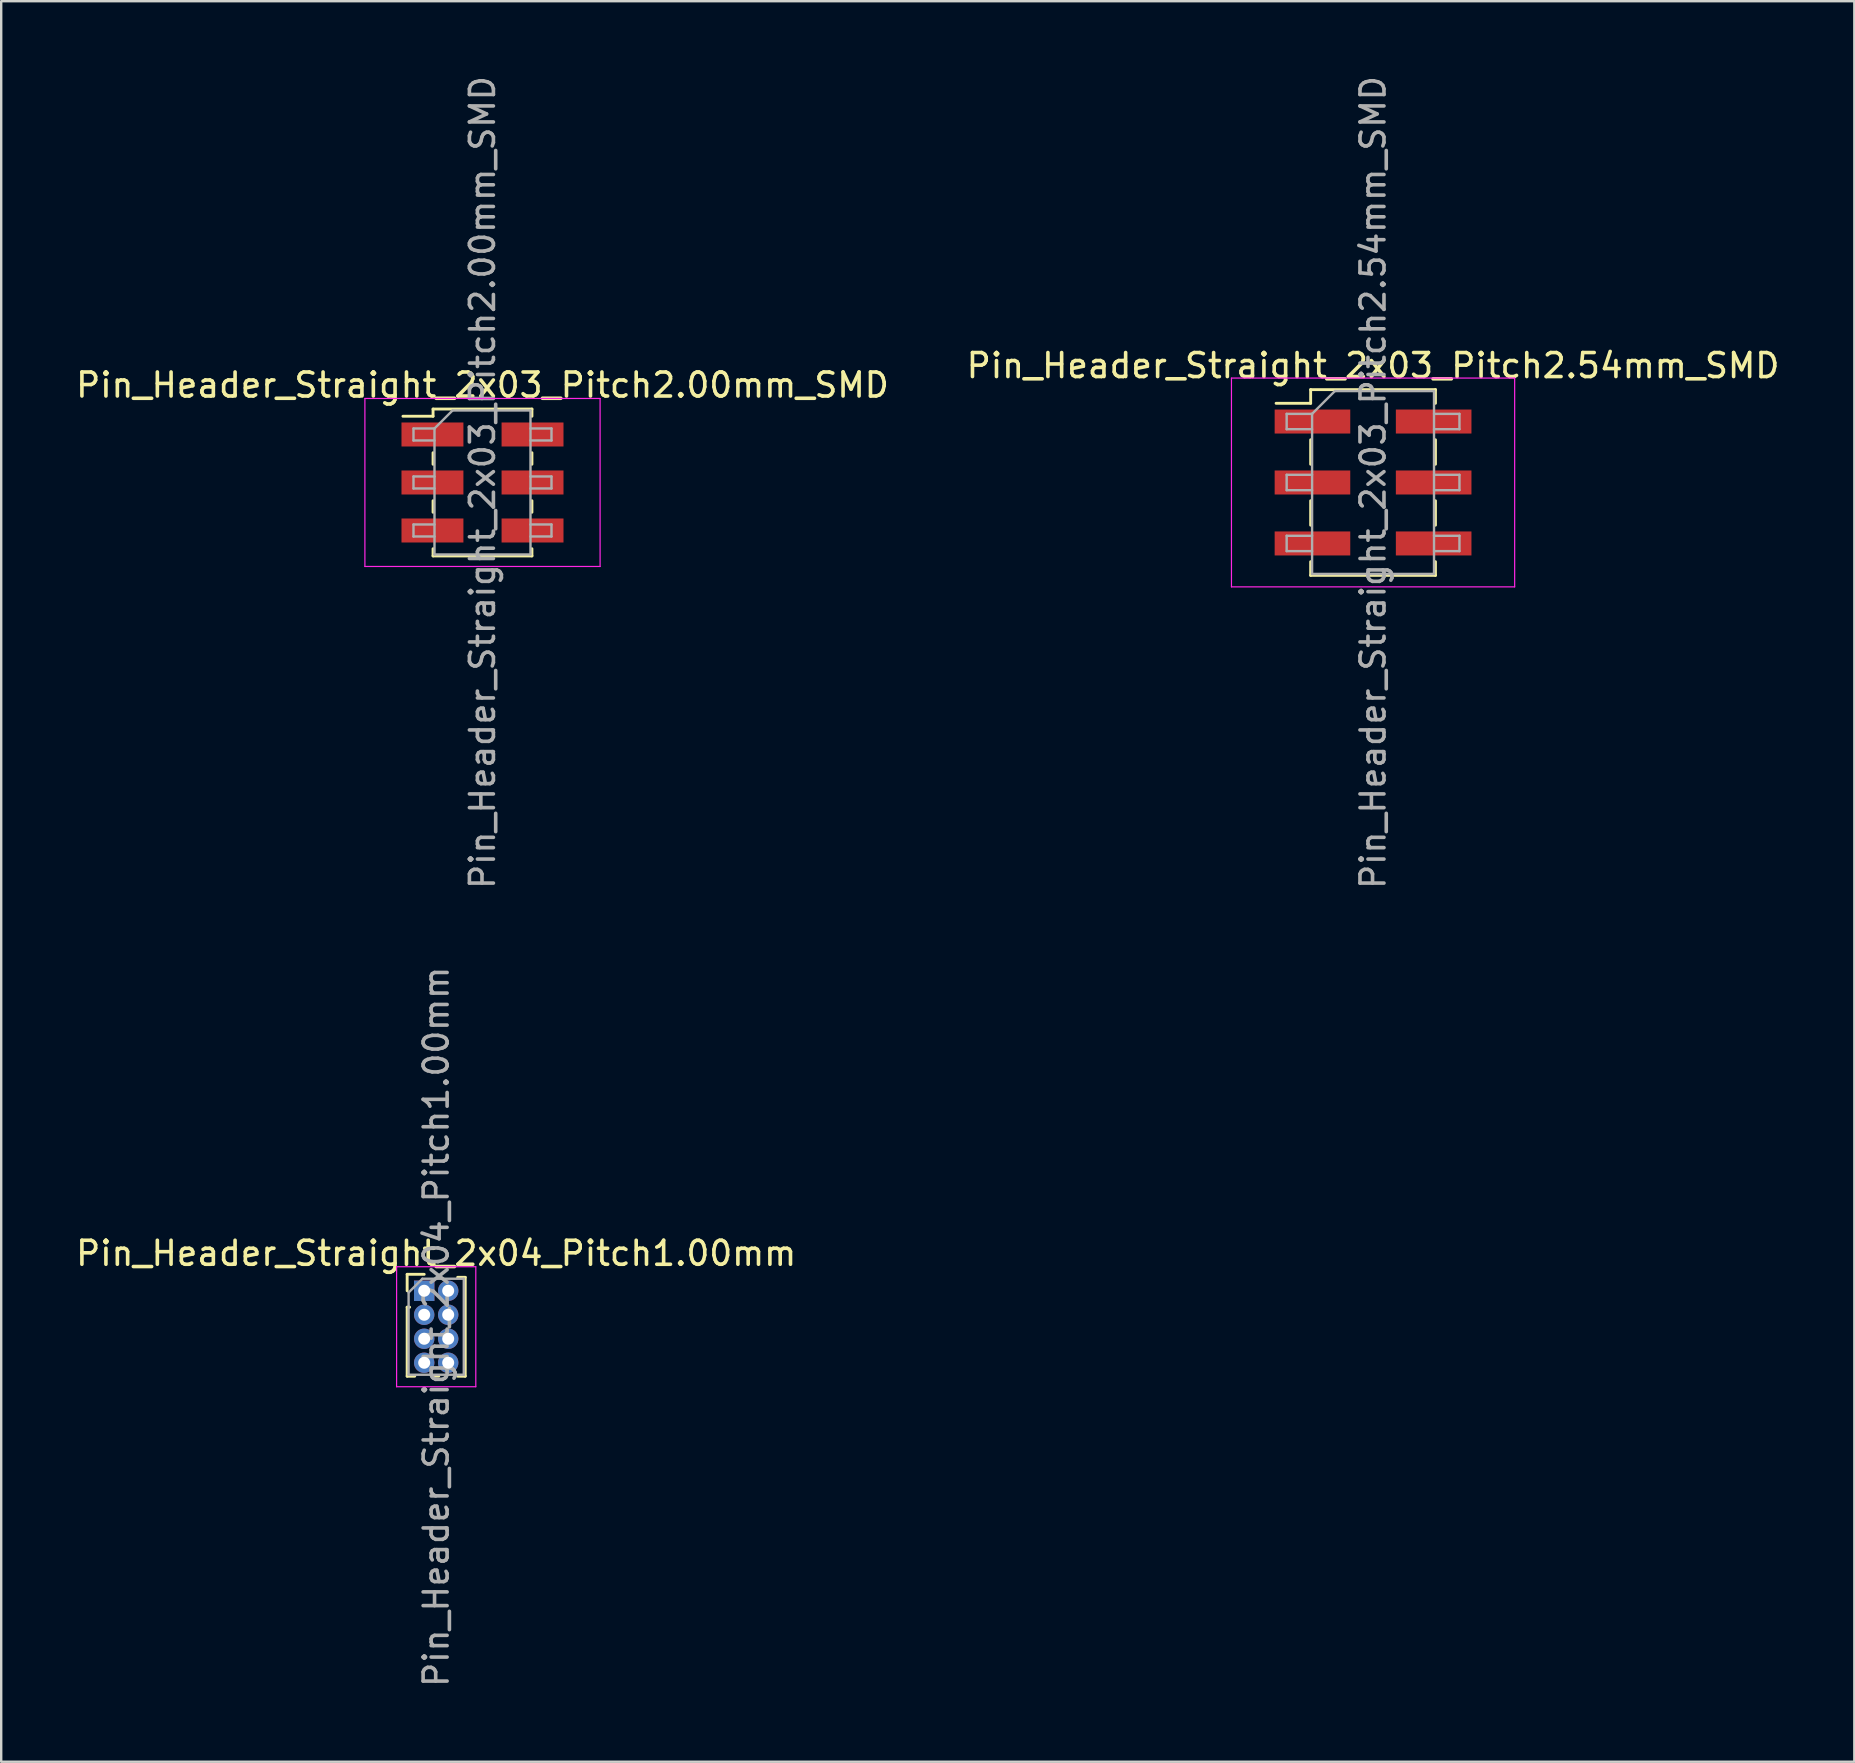
<source format=kicad_pcb>
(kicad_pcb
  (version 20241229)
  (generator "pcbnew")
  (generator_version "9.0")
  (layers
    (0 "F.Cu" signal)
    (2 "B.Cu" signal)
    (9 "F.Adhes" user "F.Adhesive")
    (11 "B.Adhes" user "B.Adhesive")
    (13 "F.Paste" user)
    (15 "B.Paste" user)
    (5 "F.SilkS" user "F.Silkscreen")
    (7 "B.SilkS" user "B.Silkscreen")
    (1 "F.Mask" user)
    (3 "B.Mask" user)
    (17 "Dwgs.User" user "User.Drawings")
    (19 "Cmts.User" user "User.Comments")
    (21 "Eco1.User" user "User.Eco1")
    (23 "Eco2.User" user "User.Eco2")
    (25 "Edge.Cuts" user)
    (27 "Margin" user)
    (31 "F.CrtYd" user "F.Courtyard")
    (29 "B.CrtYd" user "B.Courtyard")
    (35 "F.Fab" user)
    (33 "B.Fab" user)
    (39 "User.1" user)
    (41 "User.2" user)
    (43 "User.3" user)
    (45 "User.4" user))
  (footprint "Pin_Header_Straight_2x03_Pitch2.00mm_SMD"
    (layer "F.Cu")
    (at 17.054 17.054)
    (property "Reference" "Pin_Header_Straight_2x03_Pitch2.00mm_SMD" (at 0 -4.06 0) (layer "F.SilkS") (effects (font (size 1 1) (thickness 0.15))))
    (attr smd)
    (fp_line (start -3.315 -2.76) (end -2.06 -2.76) (stroke (width 0.12) (type solid)) (layer "F.SilkS"))
    (fp_line (start -2.06 -3.06) (end -2.06 -2.76) (stroke (width 0.12) (type solid)) (layer "F.SilkS"))
    (fp_line (start -2.06 -3.06) (end 2.06 -3.06) (stroke (width 0.12) (type solid)) (layer "F.SilkS"))
    (fp_line (start -2.06 -1.24) (end -2.06 -0.76) (stroke (width 0.12) (type solid)) (layer "F.SilkS"))
    (fp_line (start -2.06 0.76) (end -2.06 1.24) (stroke (width 0.12) (type solid)) (layer "F.SilkS"))
    (fp_line (start -2.06 2.76) (end -2.06 3.06) (stroke (width 0.12) (type solid)) (layer "F.SilkS"))
    (fp_line (start -2.06 3.06) (end 2.06 3.06) (stroke (width 0.12) (type solid)) (layer "F.SilkS"))
    (fp_line (start 2.06 -3.06) (end 2.06 -2.76) (stroke (width 0.12) (type solid)) (layer "F.SilkS"))
    (fp_line (start 2.06 -1.24) (end 2.06 -0.76) (stroke (width 0.12) (type solid)) (layer "F.SilkS"))
    (fp_line (start 2.06 0.76) (end 2.06 1.24) (stroke (width 0.12) (type solid)) (layer "F.SilkS"))
    (fp_line (start 2.06 2.76) (end 2.06 3.06) (stroke (width 0.12) (type solid)) (layer "F.SilkS"))
    (fp_line (start -4.9 -3.5) (end -4.9 3.5) (stroke (width 0.05) (type solid)) (layer "F.CrtYd"))
    (fp_line (start -4.9 3.5) (end 4.9 3.5) (stroke (width 0.05) (type solid)) (layer "F.CrtYd"))
    (fp_line (start 4.9 -3.5) (end -4.9 -3.5) (stroke (width 0.05) (type solid)) (layer "F.CrtYd"))
    (fp_line (start 4.9 3.5) (end 4.9 -3.5) (stroke (width 0.05) (type solid)) (layer "F.CrtYd"))
    (fp_line (start -2.875 -2.25) (end -2.875 -1.75) (stroke (width 0.1) (type solid)) (layer "F.Fab"))
    (fp_line (start -2.875 -1.75) (end -2 -1.75) (stroke (width 0.1) (type solid)) (layer "F.Fab"))
    (fp_line (start -2.875 -0.25) (end -2.875 0.25) (stroke (width 0.1) (type solid)) (layer "F.Fab"))
    (fp_line (start -2.875 0.25) (end -2 0.25) (stroke (width 0.1) (type solid)) (layer "F.Fab"))
    (fp_line (start -2.875 1.75) (end -2.875 2.25) (stroke (width 0.1) (type solid)) (layer "F.Fab"))
    (fp_line (start -2.875 2.25) (end -2 2.25) (stroke (width 0.1) (type solid)) (layer "F.Fab"))
    (fp_line (start -2 -2.25) (end -2.875 -2.25) (stroke (width 0.1) (type solid)) (layer "F.Fab"))
    (fp_line (start -2 -2.25) (end -1.25 -3) (stroke (width 0.1) (type solid)) (layer "F.Fab"))
    (fp_line (start -2 -0.25) (end -2.875 -0.25) (stroke (width 0.1) (type solid)) (layer "F.Fab"))
    (fp_line (start -2 1.75) (end -2.875 1.75) (stroke (width 0.1) (type solid)) (layer "F.Fab"))
    (fp_line (start -2 3) (end -2 -2.25) (stroke (width 0.1) (type solid)) (layer "F.Fab"))
    (fp_line (start -1.25 -3) (end 2 -3) (stroke (width 0.1) (type solid)) (layer "F.Fab"))
    (fp_line (start 2 -3) (end 2 3) (stroke (width 0.1) (type solid)) (layer "F.Fab"))
    (fp_line (start 2 -2.25) (end 2.875 -2.25) (stroke (width 0.1) (type solid)) (layer "F.Fab"))
    (fp_line (start 2 -0.25) (end 2.875 -0.25) (stroke (width 0.1) (type solid)) (layer "F.Fab"))
    (fp_line (start 2 1.75) (end 2.875 1.75) (stroke (width 0.1) (type solid)) (layer "F.Fab"))
    (fp_line (start 2 3) (end -2 3) (stroke (width 0.1) (type solid)) (layer "F.Fab"))
    (fp_line (start 2.875 -2.25) (end 2.875 -1.75) (stroke (width 0.1) (type solid)) (layer "F.Fab"))
    (fp_line (start 2.875 -1.75) (end 2 -1.75) (stroke (width 0.1) (type solid)) (layer "F.Fab"))
    (fp_line (start 2.875 -0.25) (end 2.875 0.25) (stroke (width 0.1) (type solid)) (layer "F.Fab"))
    (fp_line (start 2.875 0.25) (end 2 0.25) (stroke (width 0.1) (type solid)) (layer "F.Fab"))
    (fp_line (start 2.875 1.75) (end 2.875 2.25) (stroke (width 0.1) (type solid)) (layer "F.Fab"))
    (fp_line (start 2.875 2.25) (end 2 2.25) (stroke (width 0.1) (type solid)) (layer "F.Fab"))
    (fp_text user "${REFERENCE}" (at 0 0 90) (layer "F.Fab") (effects (font (size 1 1) (thickness 0.15))))
    (pad "1" smd rect (at -2.085 -2) (size 2.58 1) (layers "F.Cu" "F.Mask" "F.Paste"))
    (pad "2" smd rect (at 2.085 -2) (size 2.58 1) (layers "F.Cu" "F.Mask" "F.Paste"))
    (pad "3" smd rect (at -2.085 0) (size 2.58 1) (layers "F.Cu" "F.Mask" "F.Paste"))
    (pad "4" smd rect (at 2.085 0) (size 2.58 1) (layers "F.Cu" "F.Mask" "F.Paste"))
    (pad "5" smd rect (at -2.085 2) (size 2.58 1) (layers "F.Cu" "F.Mask" "F.Paste"))
    (pad "6" smd rect (at 2.085 2) (size 2.58 1) (layers "F.Cu" "F.Mask" "F.Paste")))
  (footprint "Pin_Header_Straight_2x03_Pitch2.54mm_SMD"
    (layer "F.Cu")
    (at 54.161 17.054)
    (property "Reference" "Pin_Header_Straight_2x03_Pitch2.54mm_SMD" (at 0 -4.87 0) (layer "F.SilkS") (effects (font (size 1 1) (thickness 0.15))))
    (attr smd)
    (fp_line (start -4.04 -3.3) (end -2.6 -3.3) (stroke (width 0.12) (type solid)) (layer "F.SilkS"))
    (fp_line (start -2.6 -3.87) (end -2.6 -3.3) (stroke (width 0.12) (type solid)) (layer "F.SilkS"))
    (fp_line (start -2.6 -3.87) (end 2.6 -3.87) (stroke (width 0.12) (type solid)) (layer "F.SilkS"))
    (fp_line (start -2.6 -1.78) (end -2.6 -0.76) (stroke (width 0.12) (type solid)) (layer "F.SilkS"))
    (fp_line (start -2.6 0.76) (end -2.6 1.78) (stroke (width 0.12) (type solid)) (layer "F.SilkS"))
    (fp_line (start -2.6 3.3) (end -2.6 3.87) (stroke (width 0.12) (type solid)) (layer "F.SilkS"))
    (fp_line (start -2.6 3.87) (end 2.6 3.87) (stroke (width 0.12) (type solid)) (layer "F.SilkS"))
    (fp_line (start 2.6 -3.87) (end 2.6 -3.3) (stroke (width 0.12) (type solid)) (layer "F.SilkS"))
    (fp_line (start 2.6 -1.78) (end 2.6 -0.76) (stroke (width 0.12) (type solid)) (layer "F.SilkS"))
    (fp_line (start 2.6 0.76) (end 2.6 1.78) (stroke (width 0.12) (type solid)) (layer "F.SilkS"))
    (fp_line (start 2.6 3.3) (end 2.6 3.87) (stroke (width 0.12) (type solid)) (layer "F.SilkS"))
    (fp_line (start -5.9 -4.35) (end -5.9 4.35) (stroke (width 0.05) (type solid)) (layer "F.CrtYd"))
    (fp_line (start -5.9 4.35) (end 5.9 4.35) (stroke (width 0.05) (type solid)) (layer "F.CrtYd"))
    (fp_line (start 5.9 -4.35) (end -5.9 -4.35) (stroke (width 0.05) (type solid)) (layer "F.CrtYd"))
    (fp_line (start 5.9 4.35) (end 5.9 -4.35) (stroke (width 0.05) (type solid)) (layer "F.CrtYd"))
    (fp_line (start -3.6 -2.86) (end -3.6 -2.22) (stroke (width 0.1) (type solid)) (layer "F.Fab"))
    (fp_line (start -3.6 -2.22) (end -2.54 -2.22) (stroke (width 0.1) (type solid)) (layer "F.Fab"))
    (fp_line (start -3.6 -0.32) (end -3.6 0.32) (stroke (width 0.1) (type solid)) (layer "F.Fab"))
    (fp_line (start -3.6 0.32) (end -2.54 0.32) (stroke (width 0.1) (type solid)) (layer "F.Fab"))
    (fp_line (start -3.6 2.22) (end -3.6 2.86) (stroke (width 0.1) (type solid)) (layer "F.Fab"))
    (fp_line (start -3.6 2.86) (end -2.54 2.86) (stroke (width 0.1) (type solid)) (layer "F.Fab"))
    (fp_line (start -2.54 -2.86) (end -3.6 -2.86) (stroke (width 0.1) (type solid)) (layer "F.Fab"))
    (fp_line (start -2.54 -2.86) (end -1.59 -3.81) (stroke (width 0.1) (type solid)) (layer "F.Fab"))
    (fp_line (start -2.54 -0.32) (end -3.6 -0.32) (stroke (width 0.1) (type solid)) (layer "F.Fab"))
    (fp_line (start -2.54 2.22) (end -3.6 2.22) (stroke (width 0.1) (type solid)) (layer "F.Fab"))
    (fp_line (start -2.54 3.81) (end -2.54 -2.86) (stroke (width 0.1) (type solid)) (layer "F.Fab"))
    (fp_line (start -1.59 -3.81) (end 2.54 -3.81) (stroke (width 0.1) (type solid)) (layer "F.Fab"))
    (fp_line (start 2.54 -3.81) (end 2.54 3.81) (stroke (width 0.1) (type solid)) (layer "F.Fab"))
    (fp_line (start 2.54 -2.86) (end 3.6 -2.86) (stroke (width 0.1) (type solid)) (layer "F.Fab"))
    (fp_line (start 2.54 -0.32) (end 3.6 -0.32) (stroke (width 0.1) (type solid)) (layer "F.Fab"))
    (fp_line (start 2.54 2.22) (end 3.6 2.22) (stroke (width 0.1) (type solid)) (layer "F.Fab"))
    (fp_line (start 2.54 3.81) (end -2.54 3.81) (stroke (width 0.1) (type solid)) (layer "F.Fab"))
    (fp_line (start 3.6 -2.86) (end 3.6 -2.22) (stroke (width 0.1) (type solid)) (layer "F.Fab"))
    (fp_line (start 3.6 -2.22) (end 2.54 -2.22) (stroke (width 0.1) (type solid)) (layer "F.Fab"))
    (fp_line (start 3.6 -0.32) (end 3.6 0.32) (stroke (width 0.1) (type solid)) (layer "F.Fab"))
    (fp_line (start 3.6 0.32) (end 2.54 0.32) (stroke (width 0.1) (type solid)) (layer "F.Fab"))
    (fp_line (start 3.6 2.22) (end 3.6 2.86) (stroke (width 0.1) (type solid)) (layer "F.Fab"))
    (fp_line (start 3.6 2.86) (end 2.54 2.86) (stroke (width 0.1) (type solid)) (layer "F.Fab"))
    (fp_text user "${REFERENCE}" (at 0 0 90) (layer "F.Fab") (effects (font (size 1 1) (thickness 0.15))))
    (pad "1" smd rect (at -2.525 -2.54) (size 3.15 1) (layers "F.Cu" "F.Mask" "F.Paste"))
    (pad "2" smd rect (at 2.525 -2.54) (size 3.15 1) (layers "F.Cu" "F.Mask" "F.Paste"))
    (pad "3" smd rect (at -2.525 0) (size 3.15 1) (layers "F.Cu" "F.Mask" "F.Paste"))
    (pad "4" smd rect (at 2.525 0) (size 3.15 1) (layers "F.Cu" "F.Mask" "F.Paste"))
    (pad "5" smd rect (at -2.525 2.54) (size 3.15 1) (layers "F.Cu" "F.Mask" "F.Paste"))
    (pad "6" smd rect (at 2.525 2.54) (size 3.15 1) (layers "F.Cu" "F.Mask" "F.Paste")))
  (footprint "Pin_Header_Straight_2x04_Pitch1.00mm"
    (layer "F.Cu")
    (at 14.625 50.732)
    (property "Reference" "Pin_Header_Straight_2x04_Pitch1.00mm" (at 0.5 -1.56 0) (layer "F.SilkS") (effects (font (size 1 1) (thickness 0.15))))
    (attr through_hole)
    (fp_line (start -0.71 -0.685) (end 0 -0.685) (stroke (width 0.12) (type solid)) (layer "F.SilkS"))
    (fp_line (start -0.71 0) (end -0.71 -0.685) (stroke (width 0.12) (type solid)) (layer "F.SilkS"))
    (fp_line (start -0.71 0.685) (end -0.71 3.56) (stroke (width 0.12) (type solid)) (layer "F.SilkS"))
    (fp_line (start -0.71 0.685) (end -0.608 0.685) (stroke (width 0.12) (type solid)) (layer "F.SilkS"))
    (fp_line (start -0.71 3.56) (end -0.394 3.56) (stroke (width 0.12) (type solid)) (layer "F.SilkS"))
    (fp_line (start 0.394 3.56) (end 0.606 3.56) (stroke (width 0.12) (type solid)) (layer "F.SilkS"))
    (fp_line (start 1.394 -0.56) (end 1.71 -0.56) (stroke (width 0.12) (type solid)) (layer "F.SilkS"))
    (fp_line (start 1.394 3.56) (end 1.71 3.56) (stroke (width 0.12) (type solid)) (layer "F.SilkS"))
    (fp_line (start 1.71 -0.56) (end 1.71 3.56) (stroke (width 0.12) (type solid)) (layer "F.SilkS"))
    (fp_line (start -1.15 -1) (end -1.15 4) (stroke (width 0.05) (type solid)) (layer "F.CrtYd"))
    (fp_line (start -1.15 4) (end 2.15 4) (stroke (width 0.05) (type solid)) (layer "F.CrtYd"))
    (fp_line (start 2.15 -1) (end -1.15 -1) (stroke (width 0.05) (type solid)) (layer "F.CrtYd"))
    (fp_line (start 2.15 4) (end 2.15 -1) (stroke (width 0.05) (type solid)) (layer "F.CrtYd"))
    (fp_line (start -0.65 0.075) (end -0.075 -0.5) (stroke (width 0.1) (type solid)) (layer "F.Fab"))
    (fp_line (start -0.65 3.5) (end -0.65 0.075) (stroke (width 0.1) (type solid)) (layer "F.Fab"))
    (fp_line (start -0.075 -0.5) (end 1.65 -0.5) (stroke (width 0.1) (type solid)) (layer "F.Fab"))
    (fp_line (start 1.65 -0.5) (end 1.65 3.5) (stroke (width 0.1) (type solid)) (layer "F.Fab"))
    (fp_line (start 1.65 3.5) (end -0.65 3.5) (stroke (width 0.1) (type solid)) (layer "F.Fab"))
    (fp_text user "${REFERENCE}" (at 0.5 1.5 90) (layer "F.Fab") (effects (font (size 1 1) (thickness 0.15))))
    (pad "1" thru_hole rect (at 0 0) (size 0.85 0.85) (drill 0.5) (layers "*.Cu" "*.Mask"))
    (pad "2" thru_hole oval (at 1 0) (size 0.85 0.85) (drill 0.5) (layers "*.Cu" "*.Mask"))
    (pad "3" thru_hole oval (at 0 1) (size 0.85 0.85) (drill 0.5) (layers "*.Cu" "*.Mask"))
    (pad "4" thru_hole oval (at 1 1) (size 0.85 0.85) (drill 0.5) (layers "*.Cu" "*.Mask"))
    (pad "5" thru_hole oval (at 0 2) (size 0.85 0.85) (drill 0.5) (layers "*.Cu" "*.Mask"))
    (pad "6" thru_hole oval (at 1 2) (size 0.85 0.85) (drill 0.5) (layers "*.Cu" "*.Mask"))
    (pad "7" thru_hole oval (at 0 3) (size 0.85 0.85) (drill 0.5) (layers "*.Cu" "*.Mask"))
    (pad "8" thru_hole oval (at 1 3) (size 0.85 0.85) (drill 0.5) (layers "*.Cu" "*.Mask")))
  (gr_rect
    (start -3 -3)
    (end 74.214 70.357)
    (stroke (width 0.1) (type default))
    (fill no)
    (layer "Edge.Cuts")))
</source>
